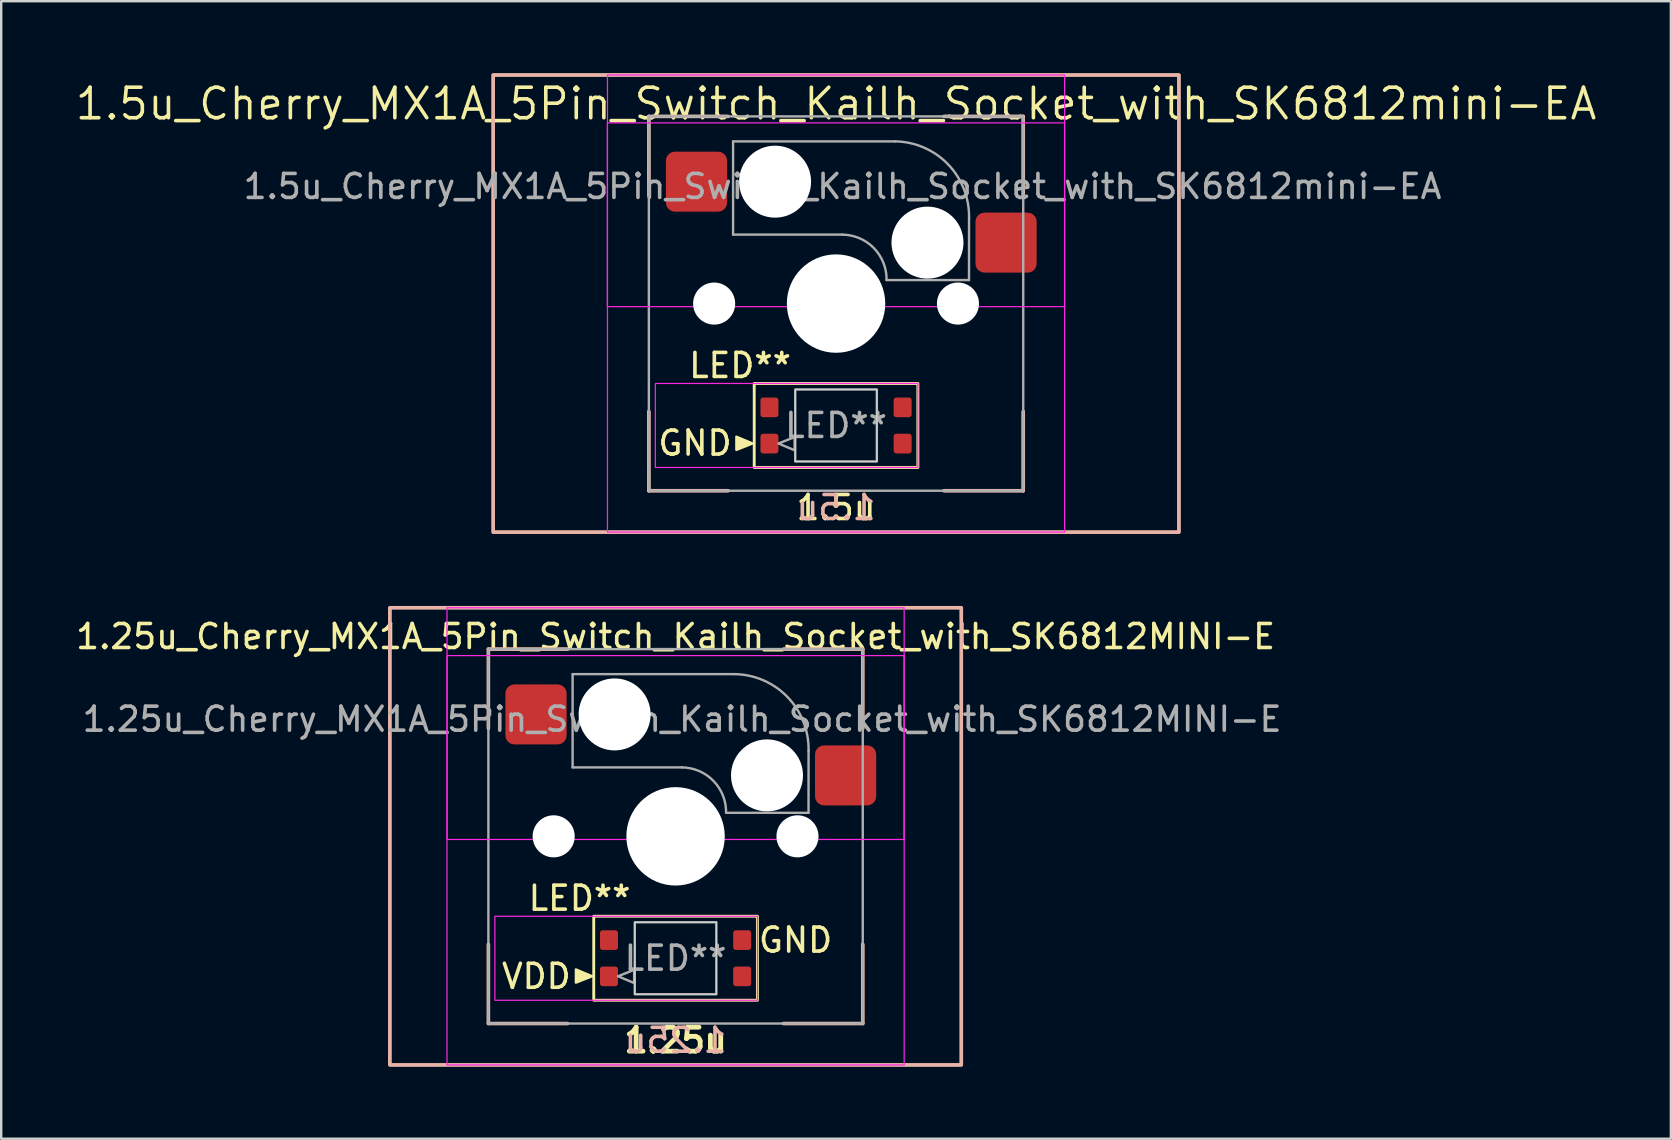
<source format=kicad_pcb>
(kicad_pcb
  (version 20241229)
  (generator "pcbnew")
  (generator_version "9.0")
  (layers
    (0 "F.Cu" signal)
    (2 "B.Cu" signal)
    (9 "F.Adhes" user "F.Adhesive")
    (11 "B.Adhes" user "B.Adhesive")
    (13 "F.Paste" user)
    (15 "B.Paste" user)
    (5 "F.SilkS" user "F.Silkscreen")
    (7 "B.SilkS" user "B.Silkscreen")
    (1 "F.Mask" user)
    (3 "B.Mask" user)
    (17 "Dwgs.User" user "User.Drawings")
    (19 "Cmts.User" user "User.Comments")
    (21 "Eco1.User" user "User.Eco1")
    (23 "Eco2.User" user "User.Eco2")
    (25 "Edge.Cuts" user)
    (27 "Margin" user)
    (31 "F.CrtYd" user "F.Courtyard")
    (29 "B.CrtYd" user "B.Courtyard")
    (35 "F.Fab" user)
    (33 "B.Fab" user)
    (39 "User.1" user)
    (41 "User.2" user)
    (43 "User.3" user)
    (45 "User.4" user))
  (footprint "1.25u_Cherry_MX1A_5Pin_Switch_Kailh_Socket_with_SK6812MINI-E"
    (layer "F.Cu")
    (at 25.101 31.8)
    (property "Reference" "1.25u_Cherry_MX1A_5Pin_Switch_Kailh_Socket_with_SK6812MINI-E" (at 0 -8.325 0) (layer "F.SilkS") (effects (font (size 1 1) (thickness 0.15))))
    (property "LED_Reference" "LED**" (at -4 2.58 0) (layer "F.SilkS") (effects (font (size 1 1) (thickness 0.15))))
    (property "Size" "1.25u" (at 0 8.5 0) (layer "F.SilkS") (effects (font (size 1 1) (thickness 0.2) (bold yes))))
    (attr smd)
    (fp_line (start -7.8 -7.8) (end -7.8 -4.5) (stroke (width 0.12) (type default)) (layer "F.SilkS"))
    (fp_line (start -7.8 -7.8) (end -4.5 -7.8) (stroke (width 0.12) (type default)) (layer "F.SilkS"))
    (fp_line (start -7.8 7.8) (end -7.8 4.5) (stroke (width 0.12) (type solid)) (layer "F.SilkS"))
    (fp_line (start -7.8 7.8) (end -4.5 7.8) (stroke (width 0.12) (type default)) (layer "F.SilkS"))
    (fp_line (start 7.8 -7.8) (end 4.5 -7.8) (stroke (width 0.12) (type default)) (layer "F.SilkS"))
    (fp_line (start 7.8 -7.8) (end 7.8 -4.5) (stroke (width 0.12) (type default)) (layer "F.SilkS"))
    (fp_line (start 7.8 7.8) (end 4.5 7.8) (stroke (width 0.12) (type default)) (layer "F.SilkS"))
    (fp_line (start 7.8 7.8) (end 7.8 4.5) (stroke (width 0.12) (type default)) (layer "F.SilkS"))
    (fp_rect (start -11.906 -9.525) (end 11.906 9.525) (stroke (width 0.12) (type default)) (fill no) (layer "F.SilkS"))
    (fp_rect (start -3.41 3.33) (end 3.41 6.83) (stroke (width 0.12) (type default)) (fill no) (layer "F.SilkS"))
    (fp_poly (pts (xy -3.48 5.83) (xy -4.153 5.547) (xy -4.153 5.55) (xy -4.153 6.097)) (stroke (width 0.1) (type solid)) (fill yes) (layer "F.SilkS"))
    (fp_line (start -7.8 -7.8) (end -7.8 -4.5) (stroke (width 0.15) (type default)) (layer "B.SilkS"))
    (fp_line (start -7.8 -7.8) (end -4.5 -7.8) (stroke (width 0.15) (type default)) (layer "B.SilkS"))
    (fp_line (start -7.8 7.8) (end -7.8 4.5) (stroke (width 0.15) (type default)) (layer "B.SilkS"))
    (fp_line (start -7.8 7.8) (end -4.5 7.8) (stroke (width 0.15) (type default)) (layer "B.SilkS"))
    (fp_line (start 7.8 -7.8) (end 4.5 -7.8) (stroke (width 0.15) (type default)) (layer "B.SilkS"))
    (fp_line (start 7.8 -7.8) (end 7.8 -4.5) (stroke (width 0.15) (type default)) (layer "B.SilkS"))
    (fp_line (start 7.8 7.8) (end 4.5 7.8) (stroke (width 0.15) (type default)) (layer "B.SilkS"))
    (fp_line (start 7.8 7.8) (end 7.8 4.5) (stroke (width 0.15) (type default)) (layer "B.SilkS"))
    (fp_rect (start -11.906 -9.525) (end 11.906 9.525) (stroke (width 0.15) (type default)) (fill no) (layer "B.SilkS"))
    (fp_rect (start -1.7 3.58) (end 1.7 6.58) (stroke (width 0.05) (type default)) (fill no) (layer "Edge.Cuts"))
    (fp_rect (start -9.525 -9.525) (end 9.525 9.525) (stroke (width 0.05) (type default)) (fill no) (layer "F.CrtYd"))
    (fp_rect (start -9.52 -7.53) (end 9.52 0.13) (stroke (width 0.05) (type default)) (fill no) (layer "F.CrtYd"))
    (fp_rect (start -7.53 3.33) (end 3.41 6.83) (stroke (width 0.05) (type default)) (fill no) (layer "F.CrtYd"))
    (fp_line (start -4.29 -2.873) (end -4.29 -6.759) (stroke (width 0.1) (type default)) (layer "F.Fab"))
    (fp_line (start 0.269 -2.873) (end -4.29 -2.873) (stroke (width 0.1) (type default)) (layer "F.Fab"))
    (fp_line (start 2.455 -6.759) (end -4.29 -6.759) (stroke (width 0.1) (type default)) (layer "F.Fab"))
    (fp_line (start 5.54 -0.98) (end 2.105 -0.98) (stroke (width 0.1) (type default)) (layer "F.Fab"))
    (fp_line (start 5.54 -0.98) (end 5.542 -3.577) (stroke (width 0.1) (type default)) (layer "F.Fab"))
    (fp_rect (start -7.8 -7.8) (end 7.8 7.8) (stroke (width 0.1) (type default)) (fill no) (layer "F.Fab"))
    (fp_rect (start -1.7 3.58) (end 1.7 6.58) (stroke (width 0.1) (type default)) (fill no) (layer "F.Fab"))
    (fp_arc (start 0.268782 -2.872715) (mid 1.580341 -2.308063) (end 2.105 -0.98) (stroke (width 0.1) (type default)) (layer "F.Fab"))
    (fp_arc (start 2.45495 -6.759322) (mid 4.66 -5.81) (end 5.542076 -3.577199) (stroke (width 0.1) (type default)) (layer "F.Fab"))
    (fp_poly (pts (xy -2.4 5.83) (xy -1.727 6.113) (xy -1.727 6.11) (xy -1.727 5.563)) (stroke (width 0.1) (type solid)) (fill no) (layer "F.Fab"))
    (fp_text user "GND" (at 5 4.325 0) (unlocked yes) (layer "F.SilkS") (effects (font (size 1 1) (thickness 0.15))))
    (fp_text user "VDD" (at -5.8 5.835 0) (unlocked yes) (layer "F.SilkS") (effects (font (size 1 1) (thickness 0.15))))
    (fp_text user "${Size}" (at 0 8.5 0) (unlocked yes) (layer "B.SilkS") (effects (font (size 1 1) (thickness 0.15)) (justify mirror)))
    (fp_text user "${REFERENCE}" (at 0.269 -4.88 0) (layer "F.Fab") (effects (font (size 1 1) (thickness 0.15))))
    (fp_text user "${LED_Reference}" (at 0 5.08 0) (unlocked yes) (layer "F.Fab") (effects (font (size 1 1) (thickness 0.15))))
    (pad "" np_thru_hole circle (at -5.08 0) (size 1.753 1.753) (drill 1.753) (layers "*.Cu" "*.Mask"))
    (pad "" np_thru_hole circle (at -2.54 -5.08) (size 3 3) (drill 3) (layers "*.Cu" "*.Mask"))
    (pad "" np_thru_hole circle (at 0 0) (size 4.1 4.1) (drill 4.1) (layers "*.Cu" "*.Mask"))
    (pad "" np_thru_hole circle (at 3.81 -2.54) (size 3 3) (drill 3) (layers "*.Cu" "*.Mask"))
    (pad "" np_thru_hole circle (at 5.08 0) (size 1.753 1.753) (drill 1.753) (layers "*.Cu" "*.Mask"))
    (pad "1" smd roundrect (at -2.775 5.835) (size 0.75 0.82) (layers "F.Cu" "F.Mask" "F.Paste") (roundrect_rratio 0.15))
    (pad "2" smd roundrect (at -2.775 4.325) (size 0.75 0.82) (layers "F.Cu" "F.Mask" "F.Paste") (roundrect_rratio 0.15))
    (pad "3" smd roundrect (at 2.775 4.325) (size 0.75 0.82) (layers "F.Cu" "F.Mask" "F.Paste") (roundrect_rratio 0.15))
    (pad "4" smd roundrect (at 2.775 5.835) (size 0.75 0.82) (layers "F.Cu" "F.Mask" "F.Paste") (roundrect_rratio 0.15))
    (pad "5" smd roundrect (at -5.815 -5.08) (size 2.55 2.5) (layers "F.Cu" "F.Mask" "F.Paste") (roundrect_rratio 0.15))
    (pad "6" smd roundrect (at 7.085 -2.54) (size 2.55 2.5) (layers "F.Cu" "F.Mask" "F.Paste") (roundrect_rratio 0.15)))
  (footprint "1.5u_Cherry_MX1A_5Pin_Switch_Kailh_Socket_with_SK6812mini-EA"
    (layer "F.Cu")
    (at 31.788 9.6)
    (property "Reference" "1.5u_Cherry_MX1A_5Pin_Switch_Kailh_Socket_with_SK6812mini-EA" (at 0 -8.325 0) (layer "F.SilkS") (effects (font (size 1.27 1.27) (thickness 0.15))))
    (property "LED_Reference" "LED**" (at -4 2.58 0) (layer "F.SilkS") (effects (font (size 1 1) (thickness 0.15))))
    (property "Size" "1.5u" (at 0 8.5 0) (layer "F.SilkS") (effects (font (size 1 1) (thickness 0.15))))
    (attr smd)
    (fp_line (start -7.8 -7.8) (end -7.8 -4.5) (stroke (width 0.12) (type default)) (layer "F.SilkS"))
    (fp_line (start -7.8 -7.8) (end -4.5 -7.8) (stroke (width 0.12) (type default)) (layer "F.SilkS"))
    (fp_line (start -7.8 7.8) (end -7.8 4.5) (stroke (width 0.12) (type solid)) (layer "F.SilkS"))
    (fp_line (start -7.8 7.8) (end -4.5 7.8) (stroke (width 0.12) (type default)) (layer "F.SilkS"))
    (fp_line (start 7.8 -7.8) (end 4.5 -7.8) (stroke (width 0.12) (type default)) (layer "F.SilkS"))
    (fp_line (start 7.8 -7.8) (end 7.8 -4.5) (stroke (width 0.12) (type default)) (layer "F.SilkS"))
    (fp_line (start 7.8 7.8) (end 4.5 7.8) (stroke (width 0.12) (type default)) (layer "F.SilkS"))
    (fp_line (start 7.8 7.8) (end 7.8 4.5) (stroke (width 0.12) (type default)) (layer "F.SilkS"))
    (fp_rect (start -14.287 -9.525) (end 14.287 9.525) (stroke (width 0.12) (type default)) (fill no) (layer "F.SilkS"))
    (fp_rect (start -3.41 3.33) (end 3.41 6.83) (stroke (width 0.12) (type default)) (fill no) (layer "F.SilkS"))
    (fp_poly (pts (xy -3.48 5.83) (xy -4.153 5.547) (xy -4.153 5.55) (xy -4.153 6.097)) (stroke (width 0.1) (type solid)) (fill yes) (layer "F.SilkS"))
    (fp_line (start -7.8 -7.8) (end -7.8 -4.5) (stroke (width 0.15) (type default)) (layer "B.SilkS"))
    (fp_line (start -7.8 -7.8) (end -4.5 -7.8) (stroke (width 0.15) (type default)) (layer "B.SilkS"))
    (fp_line (start -7.8 7.8) (end -7.8 4.5) (stroke (width 0.15) (type default)) (layer "B.SilkS"))
    (fp_line (start -7.8 7.8) (end -4.5 7.8) (stroke (width 0.15) (type default)) (layer "B.SilkS"))
    (fp_line (start 7.8 -7.8) (end 4.5 -7.8) (stroke (width 0.15) (type default)) (layer "B.SilkS"))
    (fp_line (start 7.8 -7.8) (end 7.8 -4.5) (stroke (width 0.15) (type default)) (layer "B.SilkS"))
    (fp_line (start 7.8 7.8) (end 4.5 7.8) (stroke (width 0.15) (type default)) (layer "B.SilkS"))
    (fp_line (start 7.8 7.8) (end 7.8 4.5) (stroke (width 0.15) (type default)) (layer "B.SilkS"))
    (fp_rect (start -14.287 -9.525) (end 14.287 9.525) (stroke (width 0.15) (type default)) (fill no) (layer "B.SilkS"))
    (fp_rect (start -1.7 3.58) (end 1.7 6.58) (stroke (width 0.05) (type default)) (fill no) (layer "Edge.Cuts"))
    (fp_rect (start -9.53 -7.53) (end 9.52 0.13) (stroke (width 0.05) (type default)) (fill no) (layer "F.CrtYd"))
    (fp_rect (start -9.525 -9.525) (end 9.525 9.525) (stroke (width 0.05) (type default)) (fill no) (layer "F.CrtYd"))
    (fp_rect (start -7.53 3.33) (end 3.41 6.83) (stroke (width 0.05) (type default)) (fill no) (layer "F.CrtYd"))
    (fp_line (start -4.29 -2.873) (end -4.29 -6.759) (stroke (width 0.1) (type default)) (layer "F.Fab"))
    (fp_line (start 0.269 -2.873) (end -4.29 -2.873) (stroke (width 0.1) (type default)) (layer "F.Fab"))
    (fp_line (start 2.455 -6.759) (end -4.29 -6.759) (stroke (width 0.1) (type default)) (layer "F.Fab"))
    (fp_line (start 5.54 -0.98) (end 2.105 -0.98) (stroke (width 0.1) (type default)) (layer "F.Fab"))
    (fp_line (start 5.54 -0.98) (end 5.542 -3.577) (stroke (width 0.1) (type default)) (layer "F.Fab"))
    (fp_rect (start -7.8 -7.8) (end 7.8 7.8) (stroke (width 0.1) (type default)) (fill no) (layer "F.Fab"))
    (fp_rect (start -1.7 3.58) (end 1.7 6.58) (stroke (width 0.1) (type default)) (fill no) (layer "F.Fab"))
    (fp_arc (start 0.268782 -2.872715) (mid 1.580341 -2.308063) (end 2.105 -0.98) (stroke (width 0.1) (type default)) (layer "F.Fab"))
    (fp_arc (start 2.45495 -6.759322) (mid 4.66 -5.81) (end 5.542076 -3.577199) (stroke (width 0.1) (type default)) (layer "F.Fab"))
    (fp_poly (pts (xy -2.4 5.83) (xy -1.727 6.113) (xy -1.727 6.11) (xy -1.727 5.563)) (stroke (width 0.1) (type solid)) (fill no) (layer "F.Fab"))
    (fp_text user "GND" (at -7.5 6.4 0) (unlocked yes) (layer "F.SilkS") (effects (font (size 1 1) (thickness 0.15)) (justify left bottom)))
    (fp_text user "${Size}" (at 0 8.5 0) (unlocked yes) (layer "B.SilkS") (effects (font (size 1 1) (thickness 0.15)) (justify mirror)))
    (fp_text user "${LED_Reference}" (at 0 5.08 0) (unlocked yes) (layer "F.Fab") (effects (font (size 1 1) (thickness 0.15))))
    (fp_text user "${REFERENCE}" (at 0.269 -4.88 0) (layer "F.Fab") (effects (font (size 1 1) (thickness 0.15))))
    (pad "" np_thru_hole circle (at -5.08 0) (size 1.753 1.753) (drill 1.753) (layers "*.Cu" "*.Mask"))
    (pad "" np_thru_hole circle (at -2.54 -5.08) (size 3 3) (drill 3) (layers "*.Cu" "*.Mask"))
    (pad "" np_thru_hole circle (at 0 0) (size 4.1 4.1) (drill 4.1) (layers "*.Cu" "*.Mask"))
    (pad "" np_thru_hole circle (at 3.81 -2.54) (size 3 3) (drill 3) (layers "*.Cu" "*.Mask"))
    (pad "" np_thru_hole circle (at 5.08 0) (size 1.753 1.753) (drill 1.753) (layers "*.Cu" "*.Mask"))
    (pad "1" smd roundrect (at -2.775 5.835) (size 0.75 0.82) (layers "F.Cu" "F.Mask" "F.Paste") (roundrect_rratio 0.15))
    (pad "2" smd roundrect (at -2.775 4.325) (size 0.75 0.82) (layers "F.Cu" "F.Mask" "F.Paste") (roundrect_rratio 0.15))
    (pad "3" smd roundrect (at 2.775 4.325) (size 0.75 0.82) (layers "F.Cu" "F.Mask" "F.Paste") (roundrect_rratio 0.15))
    (pad "4" smd roundrect (at 2.775 5.835) (size 0.75 0.82) (layers "F.Cu" "F.Mask" "F.Paste") (roundrect_rratio 0.15))
    (pad "5" smd roundrect (at -5.815 -5.08) (size 2.55 2.5) (layers "F.Cu" "F.Mask" "F.Paste") (roundrect_rratio 0.15))
    (pad "6" smd roundrect (at 7.085 -2.54) (size 2.55 2.5) (layers "F.Cu" "F.Mask" "F.Paste") (roundrect_rratio 0.15)))
  (gr_rect
    (start -3 -3)
    (end 66.575 44.4)
    (stroke (width 0.1) (type default))
    (fill no)
    (layer "Edge.Cuts")))
</source>
